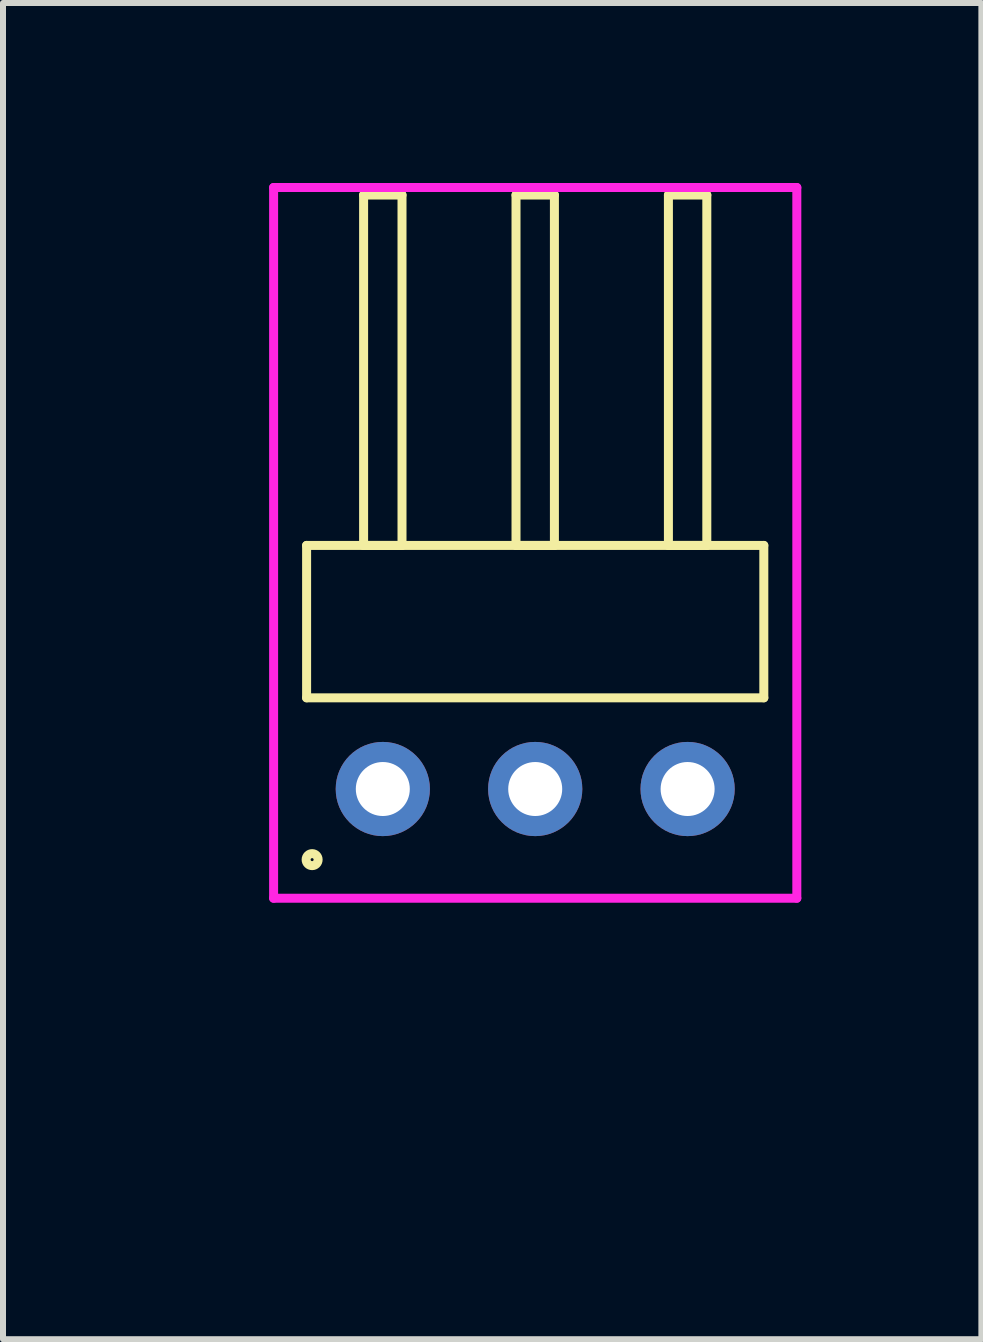
<source format=kicad_pcb>
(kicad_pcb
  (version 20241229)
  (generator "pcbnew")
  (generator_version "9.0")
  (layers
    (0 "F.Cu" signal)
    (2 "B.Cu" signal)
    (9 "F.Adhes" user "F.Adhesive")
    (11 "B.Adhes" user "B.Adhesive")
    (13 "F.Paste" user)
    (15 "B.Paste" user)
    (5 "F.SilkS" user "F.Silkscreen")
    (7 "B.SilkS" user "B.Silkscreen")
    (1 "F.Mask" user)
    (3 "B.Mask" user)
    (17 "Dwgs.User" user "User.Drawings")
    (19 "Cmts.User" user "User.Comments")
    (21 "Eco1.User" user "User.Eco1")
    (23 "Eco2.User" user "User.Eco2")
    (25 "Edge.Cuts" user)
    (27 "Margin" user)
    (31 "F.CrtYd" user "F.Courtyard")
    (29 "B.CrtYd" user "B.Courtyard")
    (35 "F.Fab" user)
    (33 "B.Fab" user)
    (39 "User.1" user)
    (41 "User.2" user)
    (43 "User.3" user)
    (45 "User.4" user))
  (footprint "HDR_RA254P3x1"
    (layer "F.Cu")
    (at 5.87 10.1)
    (property "Reference" "HDR_RA254P3x1" (at -5.11 0 90) (layer "User.1") (effects (font (size 1 1) (thickness 0.1))))
    (attr through_hole)
    (fp_line (start -3.81 -4.06) (end -3.81 -1.52) (stroke (width 0.15) (type solid)) (layer "F.SilkS"))
    (fp_line (start -3.81 -1.52) (end 3.81 -1.52) (stroke (width 0.15) (type solid)) (layer "F.SilkS"))
    (fp_line (start -2.86 -9.9) (end -2.86 -4.06) (stroke (width 0.15) (type solid)) (layer "F.SilkS"))
    (fp_line (start -2.86 -4.06) (end -2.22 -4.06) (stroke (width 0.15) (type solid)) (layer "F.SilkS"))
    (fp_line (start -2.22 -9.9) (end -2.86 -9.9) (stroke (width 0.15) (type solid)) (layer "F.SilkS"))
    (fp_line (start -2.22 -4.06) (end -2.22 -9.9) (stroke (width 0.15) (type solid)) (layer "F.SilkS"))
    (fp_line (start -0.32 -9.9) (end -0.32 -4.06) (stroke (width 0.15) (type solid)) (layer "F.SilkS"))
    (fp_line (start -0.32 -4.06) (end 0.32 -4.06) (stroke (width 0.15) (type solid)) (layer "F.SilkS"))
    (fp_line (start 0.32 -9.9) (end -0.32 -9.9) (stroke (width 0.15) (type solid)) (layer "F.SilkS"))
    (fp_line (start 0.32 -4.06) (end 0.32 -9.9) (stroke (width 0.15) (type solid)) (layer "F.SilkS"))
    (fp_line (start 2.22 -9.9) (end 2.22 -4.06) (stroke (width 0.15) (type solid)) (layer "F.SilkS"))
    (fp_line (start 2.22 -4.06) (end 2.86 -4.06) (stroke (width 0.15) (type solid)) (layer "F.SilkS"))
    (fp_line (start 2.86 -9.9) (end 2.22 -9.9) (stroke (width 0.15) (type solid)) (layer "F.SilkS"))
    (fp_line (start 2.86 -4.06) (end 2.86 -9.9) (stroke (width 0.15) (type solid)) (layer "F.SilkS"))
    (fp_line (start 3.81 -4.06) (end -3.81 -4.06) (stroke (width 0.15) (type solid)) (layer "F.SilkS"))
    (fp_line (start 3.81 -1.52) (end 3.81 -4.06) (stroke (width 0.15) (type solid)) (layer "F.SilkS"))
    (fp_circle (center -3.718 1.177) (end -3.618 1.177) (stroke (width 0.15) (type solid)) (fill no) (layer "F.SilkS"))
    (fp_line (start -4.36 -10.025) (end -4.36 1.82) (stroke (width 0.15) (type solid)) (layer "F.CrtYd"))
    (fp_line (start -4.36 1.82) (end 4.36 1.82) (stroke (width 0.15) (type solid)) (layer "F.CrtYd"))
    (fp_line (start 4.36 -10.025) (end -4.36 -10.025) (stroke (width 0.15) (type solid)) (layer "F.CrtYd"))
    (fp_line (start 4.36 1.82) (end 4.36 -10.025) (stroke (width 0.15) (type solid)) (layer "F.CrtYd"))
    (pad "1" thru_hole oval (at -2.54 0) (size 1.57 1.57) (drill 0.9) (layers "*.Cu" "*.Mask"))
    (pad "2" thru_hole oval (at 0 0) (size 1.57 1.57) (drill 0.9) (layers "*.Cu" "*.Mask"))
    (pad "3" thru_hole oval (at 2.54 0) (size 1.57 1.57) (drill 0.9) (layers "*.Cu" "*.Mask")))
  (gr_rect
    (start -3 -3)
    (end 13.306 19.269)
    (stroke (width 0.1) (type default))
    (fill no)
    (layer "Edge.Cuts")))
</source>
